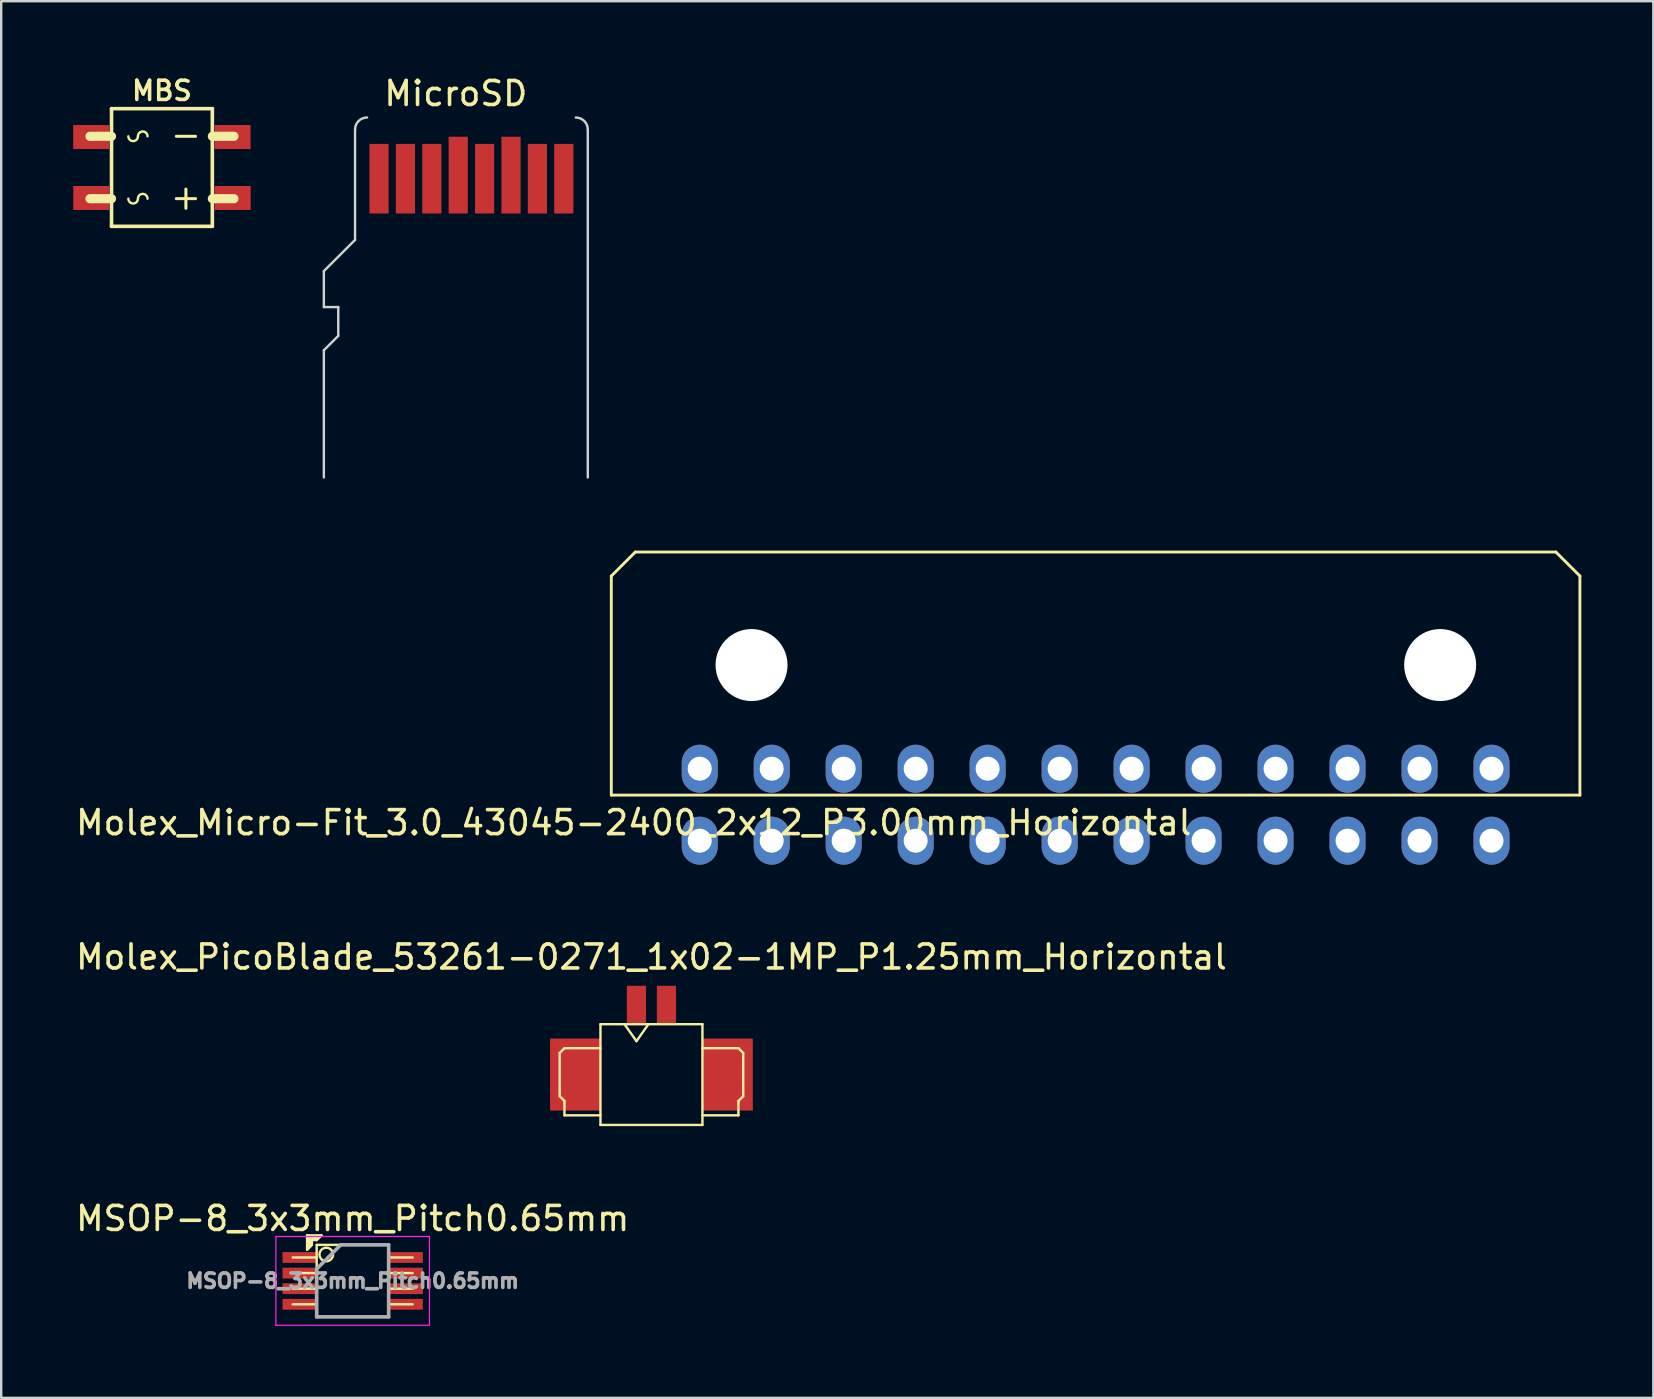
<source format=kicad_pcb>
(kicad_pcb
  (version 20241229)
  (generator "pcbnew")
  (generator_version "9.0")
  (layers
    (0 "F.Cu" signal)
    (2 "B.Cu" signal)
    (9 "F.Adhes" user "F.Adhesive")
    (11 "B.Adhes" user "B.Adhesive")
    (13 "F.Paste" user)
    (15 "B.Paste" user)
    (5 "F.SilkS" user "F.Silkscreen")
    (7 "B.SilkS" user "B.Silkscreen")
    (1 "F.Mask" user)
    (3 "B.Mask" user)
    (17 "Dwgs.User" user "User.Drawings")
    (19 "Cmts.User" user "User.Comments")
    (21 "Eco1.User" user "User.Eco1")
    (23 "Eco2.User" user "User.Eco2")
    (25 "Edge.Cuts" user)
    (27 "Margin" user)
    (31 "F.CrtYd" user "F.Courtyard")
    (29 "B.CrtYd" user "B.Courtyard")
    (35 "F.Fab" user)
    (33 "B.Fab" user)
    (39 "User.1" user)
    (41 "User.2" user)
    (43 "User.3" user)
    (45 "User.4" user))
  (footprint "Molex_Micro-Fit_3.0_43045-2400_2x12_P3.00mm_Horizontal"
    (layer "F.Cu")
    (at 42.613 30.488)
    (property "Reference" "Molex_Micro-Fit_3.0_43045-2400_2x12_P3.00mm_Horizontal" (at -19.25 0.75 180) (layer "F.SilkS") (effects (font (size 1 1) (thickness 0.15))))
    (attr through_hole)
    (fp_line (start -20.185 -9.53) (end -19.185 -10.53) (stroke (width 0.12) (type solid)) (layer "F.SilkS"))
    (fp_line (start -20.185 -0.4) (end -20.185 -9.53) (stroke (width 0.12) (type solid)) (layer "F.SilkS"))
    (fp_line (start -19.185 -10.53) (end 19.185 -10.53) (stroke (width 0.12) (type solid)) (layer "F.SilkS"))
    (fp_line (start 19.185 -10.53) (end 20.185 -9.53) (stroke (width 0.12) (type solid)) (layer "F.SilkS"))
    (fp_line (start 20.185 -9.53) (end 20.185 -0.4) (stroke (width 0.12) (type solid)) (layer "F.SilkS"))
    (fp_line (start 20.185 -0.4) (end -20.185 -0.4) (stroke (width 0.12) (type solid)) (layer "F.SilkS"))
    (pad "" np_thru_hole circle (at -14.34 -5.82) (size 3 3) (drill 3) (layers "*.Cu" "*.Mask"))
    (pad "" np_thru_hole circle (at 14.36 -5.82) (size 3 3) (drill 3) (layers "*.Cu" "*.Mask"))
    (pad "1" thru_hole oval (at -16.5 -1.5) (size 1.5 2) (drill 1) (layers "*.Cu" "*.Mask"))
    (pad "2" thru_hole oval (at -13.5 -1.5) (size 1.5 2) (drill 1) (layers "*.Cu" "*.Mask"))
    (pad "3" thru_hole oval (at -10.5 -1.5) (size 1.5 2) (drill 1) (layers "*.Cu" "*.Mask"))
    (pad "4" thru_hole oval (at -7.5 -1.5) (size 1.5 2) (drill 1) (layers "*.Cu" "*.Mask"))
    (pad "5" thru_hole oval (at -4.5 -1.5) (size 1.5 2) (drill 1) (layers "*.Cu" "*.Mask"))
    (pad "6" thru_hole oval (at -1.5 -1.5) (size 1.5 2) (drill 1) (layers "*.Cu" "*.Mask"))
    (pad "7" thru_hole oval (at 1.5 -1.5) (size 1.5 2) (drill 1) (layers "*.Cu" "*.Mask"))
    (pad "8" thru_hole oval (at 4.5 -1.5) (size 1.5 2) (drill 1) (layers "*.Cu" "*.Mask"))
    (pad "9" thru_hole oval (at 7.5 -1.5) (size 1.5 2) (drill 1) (layers "*.Cu" "*.Mask"))
    (pad "10" thru_hole oval (at 10.5 -1.5) (size 1.5 2) (drill 1) (layers "*.Cu" "*.Mask"))
    (pad "11" thru_hole oval (at 13.5 -1.5) (size 1.5 2) (drill 1) (layers "*.Cu" "*.Mask"))
    (pad "12" thru_hole oval (at 16.5 -1.5) (size 1.5 2) (drill 1) (layers "*.Cu" "*.Mask"))
    (pad "13" thru_hole oval (at -16.5 1.5) (size 1.5 2) (drill 1) (layers "*.Cu" "*.Mask"))
    (pad "14" thru_hole oval (at -13.5 1.5) (size 1.5 2) (drill 1) (layers "*.Cu" "*.Mask"))
    (pad "15" thru_hole oval (at -10.5 1.5) (size 1.5 2) (drill 1) (layers "*.Cu" "*.Mask"))
    (pad "16" thru_hole oval (at -7.5 1.5) (size 1.5 2) (drill 1) (layers "*.Cu" "*.Mask"))
    (pad "17" thru_hole oval (at -4.5 1.5) (size 1.5 2) (drill 1) (layers "*.Cu" "*.Mask"))
    (pad "18" thru_hole oval (at -1.5 1.5) (size 1.5 2) (drill 1) (layers "*.Cu" "*.Mask"))
    (pad "19" thru_hole oval (at 1.5 1.5) (size 1.5 2) (drill 1) (layers "*.Cu" "*.Mask"))
    (pad "20" thru_hole oval (at 4.5 1.5) (size 1.5 2) (drill 1) (layers "*.Cu" "*.Mask"))
    (pad "21" thru_hole oval (at 7.5 1.5) (size 1.5 2) (drill 1) (layers "*.Cu" "*.Mask"))
    (pad "22" thru_hole oval (at 10.5 1.5) (size 1.5 2) (drill 1) (layers "*.Cu" "*.Mask"))
    (pad "23" thru_hole oval (at 13.5 1.5) (size 1.5 2) (drill 1) (layers "*.Cu" "*.Mask"))
    (pad "24" thru_hole oval (at 16.5 1.5) (size 1.5 2) (drill 1) (layers "*.Cu" "*.Mask")))
  (footprint "MicroSD"
    (layer "F.Cu")
    (at 15.948 1.848)
    (property "Reference" "MicroSD" (at 0 -1 0) (unlocked yes) (layer "F.SilkS") (effects (font (size 1 1) (thickness 0.15))))
    (fp_line (start -5.5 6.4) (end -5.5 7.9) (stroke (width 0.1) (type solid)) (layer "Edge.Cuts"))
    (fp_line (start -5.5 6.4) (end -4.2 5.1) (stroke (width 0.1) (type solid)) (layer "Edge.Cuts"))
    (fp_line (start -5.5 7.9) (end -4.9 7.9) (stroke (width 0.1) (type solid)) (layer "Edge.Cuts"))
    (fp_line (start -5.5 9.7) (end -5.5 15) (stroke (width 0.1) (type solid)) (layer "Edge.Cuts"))
    (fp_line (start -4.9 7.9) (end -4.9 9.1) (stroke (width 0.1) (type solid)) (layer "Edge.Cuts"))
    (fp_line (start -4.9 9.1) (end -5.5 9.7) (stroke (width 0.1) (type solid)) (layer "Edge.Cuts"))
    (fp_line (start -4.2 0.5) (end -4.2 5.1) (stroke (width 0.1) (type solid)) (layer "Edge.Cuts"))
    (fp_line (start 5.5 0.5) (end 5.5 15) (stroke (width 0.1) (type solid)) (layer "Edge.Cuts"))
    (fp_arc (start -4.2 0.5) (mid -4.053553 0.146447) (end -3.7 0) (stroke (width 0.1) (type solid)) (layer "Edge.Cuts"))
    (fp_arc (start 5 0) (mid 5.353553 0.146447) (end 5.5 0.5) (stroke (width 0.1) (type solid)) (layer "Edge.Cuts"))
    (pad "1" smd rect (at -3.2 2.55) (size 0.8 2.9) (layers "F.Cu" "F.Mask"))
    (pad "2" smd rect (at -2.1 2.55) (size 0.8 2.9) (layers "F.Cu" "F.Mask"))
    (pad "3" smd rect (at -1 2.55) (size 0.8 2.9) (layers "F.Cu" "F.Mask"))
    (pad "4" smd rect (at 0.1 2.4) (size 0.8 3.2) (layers "F.Cu" "F.Mask"))
    (pad "5" smd rect (at 1.2 2.55) (size 0.8 2.9) (layers "F.Cu" "F.Mask"))
    (pad "6" smd rect (at 2.3 2.4) (size 0.8 3.2) (layers "F.Cu" "F.Mask"))
    (pad "7" smd rect (at 3.4 2.55) (size 0.8 2.9) (layers "F.Cu" "F.Mask"))
    (pad "8" smd rect (at 4.5 2.55) (size 0.8 2.9) (layers "F.Cu" "F.Mask")))
  (footprint "MSOP-8_3x3mm_Pitch0.65mm"
    (layer "F.Cu")
    (at 11.649 50.335)
    (property "Reference" "MSOP-8_3x3mm_Pitch0.65mm" (at 0 -2.6 0) (layer "F.SilkS") (effects (font (size 1 1) (thickness 0.15))))
    (attr smd)
    (fp_line (start -2.5 -0.975) (end -1.5 -0.975) (stroke (width 0.1) (type solid)) (layer "F.SilkS"))
    (fp_line (start -2.5 -0.325) (end -1.5 -0.325) (stroke (width 0.1) (type solid)) (layer "F.SilkS"))
    (fp_line (start -2.5 0.325) (end -1.5 0.325) (stroke (width 0.1) (type solid)) (layer "F.SilkS"))
    (fp_line (start -2.5 0.975) (end -1.5 0.975) (stroke (width 0.1) (type solid)) (layer "F.SilkS"))
    (fp_line (start -1.9 -1.9) (end -1.9 -1.3) (stroke (width 0.1) (type solid)) (layer "F.SilkS"))
    (fp_line (start -1.9 -1.3) (end -1.7 -1.5) (stroke (width 0.1) (type solid)) (layer "F.SilkS"))
    (fp_line (start -1.85 -1.85) (end -1.85 -1.35) (stroke (width 0.1) (type solid)) (layer "F.SilkS"))
    (fp_line (start -1.8 -1.8) (end -1.4 -1.8) (stroke (width 0.1) (type solid)) (layer "F.SilkS"))
    (fp_line (start -1.8 -1.4) (end -1.8 -1.8) (stroke (width 0.1) (type solid)) (layer "F.SilkS"))
    (fp_line (start -1.75 -1.75) (end -1.45 -1.75) (stroke (width 0.1) (type solid)) (layer "F.SilkS"))
    (fp_line (start -1.75 -1.45) (end -1.75 -1.75) (stroke (width 0.1) (type solid)) (layer "F.SilkS"))
    (fp_line (start -1.7 -1.7) (end -1.5 -1.7) (stroke (width 0.1) (type solid)) (layer "F.SilkS"))
    (fp_line (start -1.7 -1.5) (end -1.7 -1.7) (stroke (width 0.1) (type solid)) (layer "F.SilkS"))
    (fp_line (start -1.5 -1.7) (end -1.3 -1.9) (stroke (width 0.1) (type solid)) (layer "F.SilkS"))
    (fp_line (start -1.5 -1.5) (end 1.5 -1.5) (stroke (width 0.1) (type solid)) (layer "F.SilkS"))
    (fp_line (start -1.5 1.5) (end -1.5 -1.5) (stroke (width 0.1) (type solid)) (layer "F.SilkS"))
    (fp_line (start -1.35 -1.85) (end -1.85 -1.85) (stroke (width 0.1) (type solid)) (layer "F.SilkS"))
    (fp_line (start -1.3 -1.9) (end -1.9 -1.9) (stroke (width 0.1) (type solid)) (layer "F.SilkS"))
    (fp_line (start 1.5 -1.5) (end 1.5 1.5) (stroke (width 0.1) (type solid)) (layer "F.SilkS"))
    (fp_line (start 1.5 -0.975) (end 2.5 -0.975) (stroke (width 0.1) (type solid)) (layer "F.SilkS"))
    (fp_line (start 1.5 -0.325) (end 2.5 -0.325) (stroke (width 0.1) (type solid)) (layer "F.SilkS"))
    (fp_line (start 1.5 0.325) (end 2.5 0.325) (stroke (width 0.1) (type solid)) (layer "F.SilkS"))
    (fp_line (start 1.5 0.975) (end 2.5 0.975) (stroke (width 0.1) (type solid)) (layer "F.SilkS"))
    (fp_line (start 1.5 1.5) (end -1.5 1.5) (stroke (width 0.1) (type solid)) (layer "F.SilkS"))
    (fp_circle (center -1.1 -1.1) (end -0.9 -0.9) (stroke (width 0.1) (type solid)) (fill no) (layer "F.SilkS"))
    (fp_line (start -3.2 -1.85) (end -3.2 1.85) (stroke (width 0.05) (type solid)) (layer "F.CrtYd"))
    (fp_line (start -3.2 -1.85) (end 3.2 -1.85) (stroke (width 0.05) (type solid)) (layer "F.CrtYd"))
    (fp_line (start -3.2 1.85) (end 3.2 1.85) (stroke (width 0.05) (type solid)) (layer "F.CrtYd"))
    (fp_line (start 3.2 -1.85) (end 3.2 1.85) (stroke (width 0.05) (type solid)) (layer "F.CrtYd"))
    (fp_line (start -1.5 -0.5) (end -0.5 -1.5) (stroke (width 0.15) (type solid)) (layer "F.Fab"))
    (fp_line (start -1.5 1.5) (end -1.5 -0.5) (stroke (width 0.15) (type solid)) (layer "F.Fab"))
    (fp_line (start -0.5 -1.5) (end 1.5 -1.5) (stroke (width 0.15) (type solid)) (layer "F.Fab"))
    (fp_line (start 1.5 -1.5) (end 1.5 1.5) (stroke (width 0.15) (type solid)) (layer "F.Fab"))
    (fp_line (start 1.5 1.5) (end -1.5 1.5) (stroke (width 0.15) (type solid)) (layer "F.Fab"))
    (fp_text user "${REFERENCE}" (at 0 0 0) (layer "F.Fab") (effects (font (size 0.6 0.6) (thickness 0.15))))
    (pad "1" smd rect (at -2.2 -0.975) (size 1.45 0.45) (layers "F.Cu" "F.Mask" "F.Paste"))
    (pad "2" smd rect (at -2.2 -0.325) (size 1.45 0.45) (layers "F.Cu" "F.Mask" "F.Paste"))
    (pad "3" smd rect (at -2.2 0.325) (size 1.45 0.45) (layers "F.Cu" "F.Mask" "F.Paste"))
    (pad "4" smd rect (at -2.2 0.975) (size 1.45 0.45) (layers "F.Cu" "F.Mask" "F.Paste"))
    (pad "5" smd rect (at 2.2 0.975) (size 1.45 0.45) (layers "F.Cu" "F.Mask" "F.Paste"))
    (pad "6" smd rect (at 2.2 0.325) (size 1.45 0.45) (layers "F.Cu" "F.Mask" "F.Paste"))
    (pad "7" smd rect (at 2.2 -0.325) (size 1.45 0.45) (layers "F.Cu" "F.Mask" "F.Paste"))
    (pad "8" smd rect (at 2.2 -0.975) (size 1.45 0.45) (layers "F.Cu" "F.Mask" "F.Paste")))
  (footprint "Molex_PicoBlade_53261-0271_1x02-1MP_P1.25mm_Horizontal"
    (layer "F.Cu")
    (at 24.101 41.236)
    (property "Reference" "Molex_PicoBlade_53261-0271_1x02-1MP_P1.25mm_Horizontal" (at 0 -4.4 0) (layer "F.SilkS") (effects (font (size 1 1) (thickness 0.15))))
    (attr smd)
    (fp_line (start -3.825 -0.4) (end -3.825 1.4) (stroke (width 0.1) (type solid)) (layer "F.SilkS"))
    (fp_line (start -3.825 1.4) (end -3.625 1.6) (stroke (width 0.1) (type solid)) (layer "F.SilkS"))
    (fp_line (start -3.625 -0.6) (end -3.825 -0.4) (stroke (width 0.1) (type solid)) (layer "F.SilkS"))
    (fp_line (start -3.625 1.6) (end -3.625 2.2) (stroke (width 0.1) (type solid)) (layer "F.SilkS"))
    (fp_line (start -3.625 2.2) (end -2.125 2.2) (stroke (width 0.1) (type solid)) (layer "F.SilkS"))
    (fp_line (start -2.125 -1.6) (end -2.125 2.6) (stroke (width 0.1) (type solid)) (layer "F.SilkS"))
    (fp_line (start -2.125 -1.6) (end 2.125 -1.6) (stroke (width 0.1) (type solid)) (layer "F.SilkS"))
    (fp_line (start -2.125 -0.6) (end -3.625 -0.6) (stroke (width 0.1) (type solid)) (layer "F.SilkS"))
    (fp_line (start -2.125 2.6) (end 2.125 2.6) (stroke (width 0.1) (type solid)) (layer "F.SilkS"))
    (fp_line (start -1.125 -1.6) (end -0.625 -0.893) (stroke (width 0.1) (type solid)) (layer "F.SilkS"))
    (fp_line (start -0.625 -0.893) (end -0.125 -1.6) (stroke (width 0.1) (type solid)) (layer "F.SilkS"))
    (fp_line (start 2.125 -1.6) (end 2.125 2.6) (stroke (width 0.1) (type solid)) (layer "F.SilkS"))
    (fp_line (start 2.125 -0.6) (end 3.625 -0.6) (stroke (width 0.1) (type solid)) (layer "F.SilkS"))
    (fp_line (start 3.625 -0.6) (end 3.825 -0.4) (stroke (width 0.1) (type solid)) (layer "F.SilkS"))
    (fp_line (start 3.625 1.6) (end 3.625 2.2) (stroke (width 0.1) (type solid)) (layer "F.SilkS"))
    (fp_line (start 3.625 2.2) (end 2.125 2.2) (stroke (width 0.1) (type solid)) (layer "F.SilkS"))
    (fp_line (start 3.825 -0.4) (end 3.825 1.4) (stroke (width 0.1) (type solid)) (layer "F.SilkS"))
    (fp_line (start 3.825 1.4) (end 3.625 1.6) (stroke (width 0.1) (type solid)) (layer "F.SilkS"))
    (pad "" smd rect (at -3.175 0.5) (size 2.1 3) (layers "F.Cu" "F.Mask" "F.Paste"))
    (pad "" smd rect (at 3.175 0.5) (size 2.1 3) (layers "F.Cu" "F.Mask" "F.Paste"))
    (pad "1" smd rect (at -0.625 -2.4) (size 0.8 1.6) (layers "F.Cu" "F.Mask" "F.Paste"))
    (pad "2" smd rect (at 0.625 -2.4) (size 0.8 1.6) (layers "F.Cu" "F.Mask" "F.Paste")))
  (footprint "MBS"
    (layer "F.Cu")
    (at 3.699 3.931)
    (property "Reference" "MBS" (at 0 -3.2 0) (layer "F.SilkS") (effects (font (size 0.8 0.8) (thickness 0.15))))
    (attr through_hole)
    (fp_line (start -2.101 -2.451) (end -2.101 2.451) (stroke (width 0.15) (type solid)) (layer "F.SilkS"))
    (fp_line (start -2.101 -1.3) (end -3 -1.3) (stroke (width 0.381) (type solid)) (layer "F.SilkS"))
    (fp_line (start -2.101 1.3) (end -3 1.3) (stroke (width 0.381) (type solid)) (layer "F.SilkS"))
    (fp_line (start -2.101 2.451) (end 2.101 2.451) (stroke (width 0.15) (type solid)) (layer "F.SilkS"))
    (fp_line (start 0.999 0.899) (end 0.999 1.699) (stroke (width 0.127) (type solid)) (layer "F.SilkS"))
    (fp_line (start 1.4 -1.3) (end 0.6 -1.3) (stroke (width 0.127) (type solid)) (layer "F.SilkS"))
    (fp_line (start 1.4 1.298) (end 0.6 1.298) (stroke (width 0.127) (type solid)) (layer "F.SilkS"))
    (fp_line (start 2.101 -2.451) (end -2.101 -2.451) (stroke (width 0.15) (type solid)) (layer "F.SilkS"))
    (fp_line (start 2.101 -1.3) (end 3 -1.3) (stroke (width 0.381) (type solid)) (layer "F.SilkS"))
    (fp_line (start 2.101 1.3) (end 3 1.3) (stroke (width 0.381) (type solid)) (layer "F.SilkS"))
    (fp_line (start 2.101 2.451) (end 2.101 -2.451) (stroke (width 0.15) (type solid)) (layer "F.SilkS"))
    (fp_arc (start -1 -1.3) (mid -1.2 -1.1) (end -1.4 -1.3) (stroke (width 0.1) (type solid)) (layer "F.SilkS"))
    (fp_arc (start -1 -1.3) (mid -0.8 -1.5) (end -0.6 -1.3) (stroke (width 0.1) (type solid)) (layer "F.SilkS"))
    (fp_arc (start -1 1.3) (mid -1.2 1.5) (end -1.4 1.3) (stroke (width 0.1) (type solid)) (layer "F.SilkS"))
    (fp_arc (start -1 1.3) (mid -0.8 1.1) (end -0.6 1.3) (stroke (width 0.1) (type solid)) (layer "F.SilkS"))
    (pad "A1" smd rect (at -2.949 -1.27) (size 1.5 1) (layers "F.Cu" "F.Mask" "F.Paste"))
    (pad "A2" smd rect (at -2.946 1.27) (size 1.5 1) (layers "F.Cu" "F.Mask" "F.Paste"))
    (pad "M" smd rect (at 2.946 -1.27) (size 1.5 1) (layers "F.Cu" "F.Mask" "F.Paste"))
    (pad "P" smd rect (at 2.949 1.27) (size 1.5 1) (layers "F.Cu" "F.Mask" "F.Paste")))
  (gr_rect
    (start -3 -3)
    (end 65.858 55.21)
    (stroke (width 0.1) (type default))
    (fill no)
    (layer "Edge.Cuts")))
</source>
